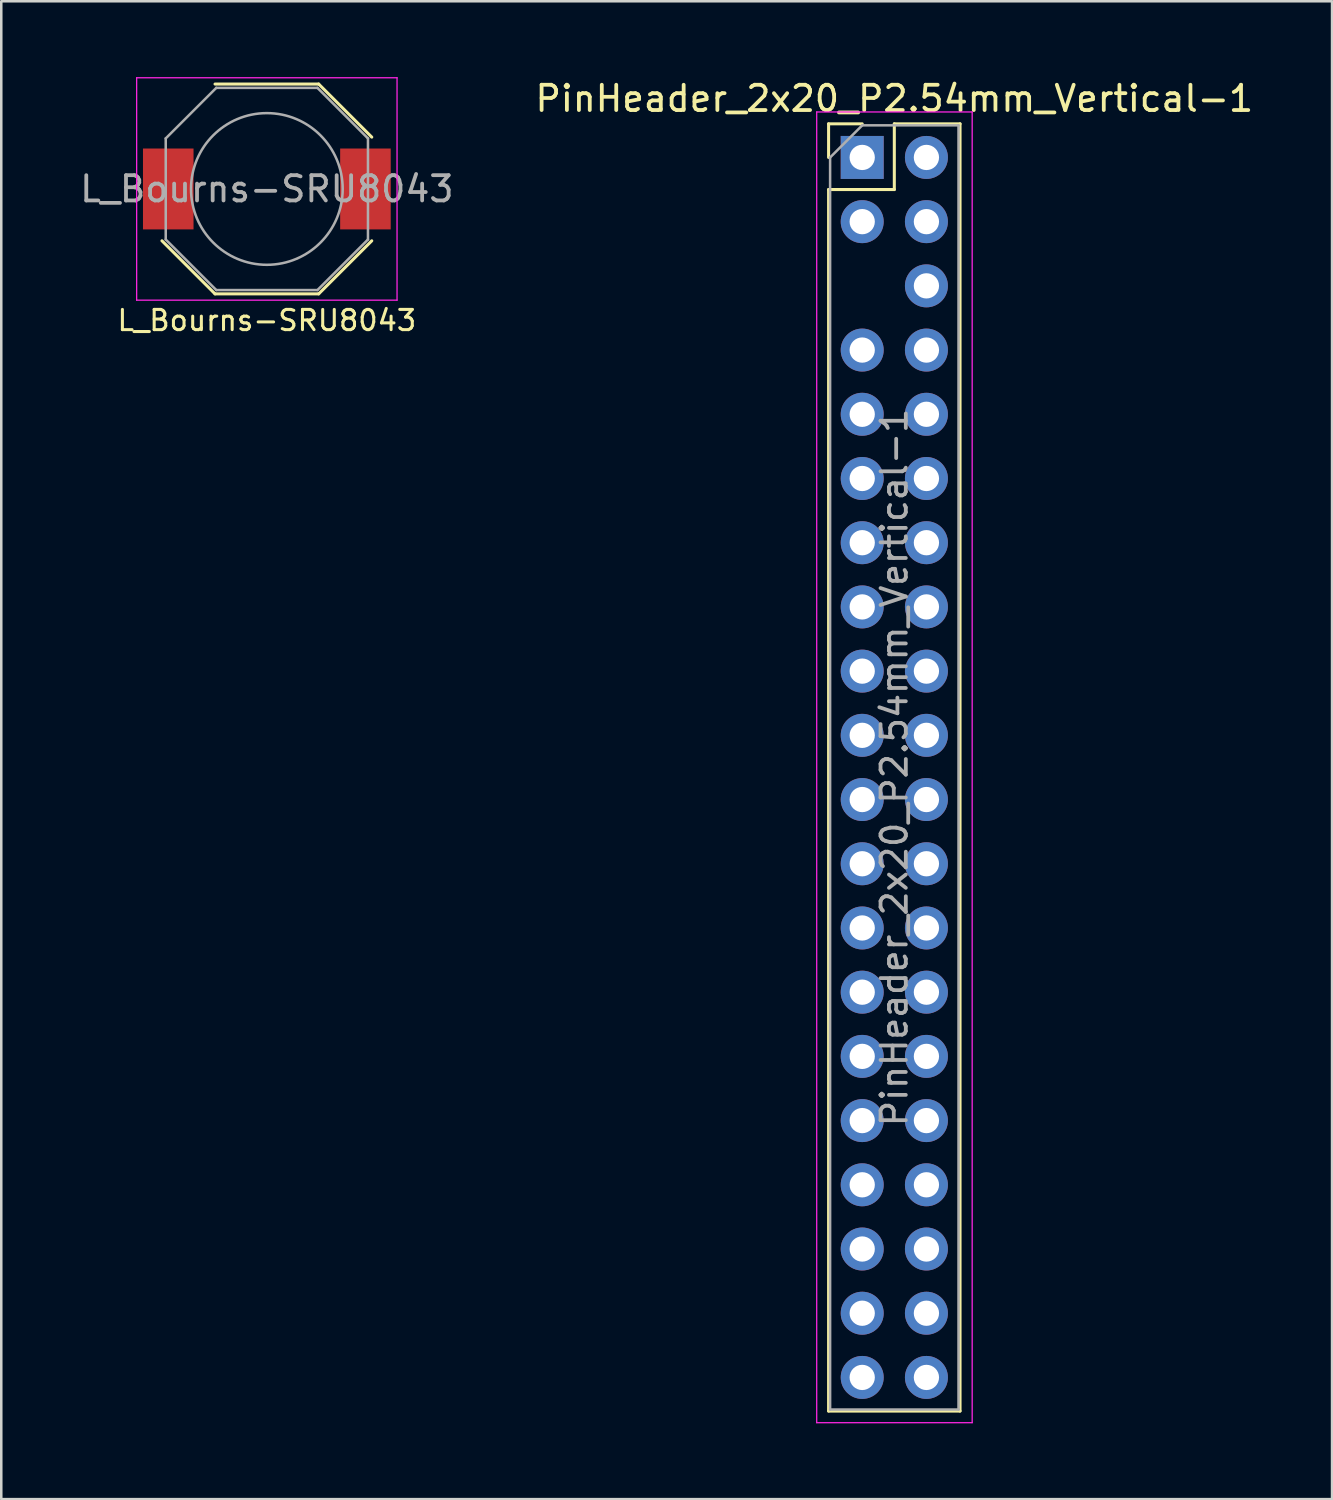
<source format=kicad_pcb>
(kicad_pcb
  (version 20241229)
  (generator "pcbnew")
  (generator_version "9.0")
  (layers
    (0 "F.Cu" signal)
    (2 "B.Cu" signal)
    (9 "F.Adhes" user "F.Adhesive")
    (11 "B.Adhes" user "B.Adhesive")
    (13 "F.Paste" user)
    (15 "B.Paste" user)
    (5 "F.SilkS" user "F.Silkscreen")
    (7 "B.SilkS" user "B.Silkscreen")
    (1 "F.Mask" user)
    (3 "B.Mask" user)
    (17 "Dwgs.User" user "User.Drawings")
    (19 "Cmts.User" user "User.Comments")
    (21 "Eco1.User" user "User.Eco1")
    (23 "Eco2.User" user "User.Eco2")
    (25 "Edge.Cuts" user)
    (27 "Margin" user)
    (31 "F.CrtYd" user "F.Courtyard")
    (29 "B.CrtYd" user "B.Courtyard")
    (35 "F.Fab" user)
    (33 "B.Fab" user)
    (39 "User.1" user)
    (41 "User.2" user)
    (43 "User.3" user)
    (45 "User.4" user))
  (footprint "L_Bourns-SRU8043"
    (layer "F.Cu")
    (at 7.506 4.425)
    (property "Reference" "L_Bourns-SRU8043" (at 0 5.2 180) (layer "F.SilkS") (effects (font (size 0.8 0.8) (thickness 0.12))))
    (attr smd)
    (fp_line (start -2.05 -4.15) (end 2.05 -4.15) (stroke (width 0.12) (type solid)) (layer "F.SilkS"))
    (fp_line (start -2.05 4.15) (end -4.15 2.05) (stroke (width 0.12) (type solid)) (layer "F.SilkS"))
    (fp_line (start 2.05 -4.15) (end 4.15 -2.05) (stroke (width 0.12) (type solid)) (layer "F.SilkS"))
    (fp_line (start 2.05 4.15) (end -2.05 4.15) (stroke (width 0.12) (type solid)) (layer "F.SilkS"))
    (fp_line (start 2.05 4.15) (end 4.15 2.05) (stroke (width 0.12) (type solid)) (layer "F.SilkS"))
    (fp_line (start -5.15 -4.4) (end 5.15 -4.4) (stroke (width 0.05) (type solid)) (layer "F.CrtYd"))
    (fp_line (start -5.15 4.4) (end -5.15 -4.4) (stroke (width 0.05) (type solid)) (layer "F.CrtYd"))
    (fp_line (start 5.15 -4.4) (end 5.15 4.4) (stroke (width 0.05) (type solid)) (layer "F.CrtYd"))
    (fp_line (start 5.15 4.4) (end -5.15 4.4) (stroke (width 0.05) (type solid)) (layer "F.CrtYd"))
    (fp_line (start -4 -2) (end -2 -4) (stroke (width 0.1) (type solid)) (layer "F.Fab"))
    (fp_line (start -4 2) (end -4 -2) (stroke (width 0.1) (type solid)) (layer "F.Fab"))
    (fp_line (start -2 -4) (end 2 -4) (stroke (width 0.1) (type solid)) (layer "F.Fab"))
    (fp_line (start -2 4) (end -4 2) (stroke (width 0.1) (type solid)) (layer "F.Fab"))
    (fp_line (start 2 -4) (end 4 -2) (stroke (width 0.1) (type solid)) (layer "F.Fab"))
    (fp_line (start 2 4) (end -2 4) (stroke (width 0.1) (type solid)) (layer "F.Fab"))
    (fp_line (start 4 -2) (end 4 2) (stroke (width 0.1) (type solid)) (layer "F.Fab"))
    (fp_line (start 4 2) (end 2 4) (stroke (width 0.1) (type solid)) (layer "F.Fab"))
    (fp_circle (center 0 0) (end 0 -3) (stroke (width 0.1) (type solid)) (fill no) (layer "F.Fab"))
    (fp_text user "${REFERENCE}" (at 0 0 180) (layer "F.Fab") (effects (font (size 1 1) (thickness 0.15))))
    (pad "1" smd rect (at -3.9 0) (size 2 3.2) (layers "F.Cu" "F.Mask" "F.Paste"))
    (pad "2" smd rect (at 3.9 0) (size 2 3.2) (layers "F.Cu" "F.Mask" "F.Paste")))
  (footprint "PinHeader_2x20_P2.54mm_Vertical-1"
    (layer "F.Cu")
    (at 31.057 3.178)
    (property "Reference" "PinHeader_2x20_P2.54mm_Vertical-1" (at 1.27 -2.33 0) (layer "F.SilkS") (effects (font (size 1 1) (thickness 0.15))))
    (attr through_hole)
    (fp_line (start -1.33 -1.33) (end 0 -1.33) (stroke (width 0.12) (type solid)) (layer "F.SilkS"))
    (fp_line (start -1.33 0) (end -1.33 -1.33) (stroke (width 0.12) (type solid)) (layer "F.SilkS"))
    (fp_line (start -1.33 1.27) (end -1.33 49.59) (stroke (width 0.12) (type solid)) (layer "F.SilkS"))
    (fp_line (start -1.33 1.27) (end 1.27 1.27) (stroke (width 0.12) (type solid)) (layer "F.SilkS"))
    (fp_line (start -1.33 49.59) (end 3.87 49.59) (stroke (width 0.12) (type solid)) (layer "F.SilkS"))
    (fp_line (start 1.27 -1.33) (end 3.87 -1.33) (stroke (width 0.12) (type solid)) (layer "F.SilkS"))
    (fp_line (start 1.27 1.27) (end 1.27 -1.33) (stroke (width 0.12) (type solid)) (layer "F.SilkS"))
    (fp_line (start 3.87 -1.33) (end 3.87 49.59) (stroke (width 0.12) (type solid)) (layer "F.SilkS"))
    (fp_line (start -1.8 -1.8) (end -1.8 50.05) (stroke (width 0.05) (type solid)) (layer "F.CrtYd"))
    (fp_line (start -1.8 50.05) (end 4.35 50.05) (stroke (width 0.05) (type solid)) (layer "F.CrtYd"))
    (fp_line (start 4.35 -1.8) (end -1.8 -1.8) (stroke (width 0.05) (type solid)) (layer "F.CrtYd"))
    (fp_line (start 4.35 50.05) (end 4.35 -1.8) (stroke (width 0.05) (type solid)) (layer "F.CrtYd"))
    (fp_line (start -1.27 0) (end 0 -1.27) (stroke (width 0.1) (type solid)) (layer "F.Fab"))
    (fp_line (start -1.27 49.53) (end -1.27 0) (stroke (width 0.1) (type solid)) (layer "F.Fab"))
    (fp_line (start 0 -1.27) (end 3.81 -1.27) (stroke (width 0.1) (type solid)) (layer "F.Fab"))
    (fp_line (start 3.81 -1.27) (end 3.81 49.53) (stroke (width 0.1) (type solid)) (layer "F.Fab"))
    (fp_line (start 3.81 49.53) (end -1.27 49.53) (stroke (width 0.1) (type solid)) (layer "F.Fab"))
    (fp_text user "${REFERENCE}" (at 1.27 24.13 90) (layer "F.Fab") (effects (font (size 1 1) (thickness 0.15))))
    (pad "1" thru_hole rect (at 0 0) (size 1.7 1.7) (drill 1) (layers "*.Cu" "*.Mask"))
    (pad "2" thru_hole oval (at 2.54 0) (size 1.7 1.7) (drill 1) (layers "*.Cu" "*.Mask"))
    (pad "3" thru_hole oval (at 0 2.54) (size 1.7 1.7) (drill 1) (layers "*.Cu" "*.Mask"))
    (pad "4" thru_hole oval (at 2.54 2.54) (size 1.7 1.7) (drill 1) (layers "*.Cu" "*.Mask"))
    (pad "6" thru_hole oval (at 2.54 5.08) (size 1.7 1.7) (drill 1) (layers "*.Cu" "*.Mask"))
    (pad "7" thru_hole oval (at 0 7.62) (size 1.7 1.7) (drill 1) (layers "*.Cu" "*.Mask"))
    (pad "8" thru_hole oval (at 2.54 7.62) (size 1.7 1.7) (drill 1) (layers "*.Cu" "*.Mask"))
    (pad "9" thru_hole oval (at 0 10.16) (size 1.7 1.7) (drill 1) (layers "*.Cu" "*.Mask"))
    (pad "10" thru_hole oval (at 2.54 10.16) (size 1.7 1.7) (drill 1) (layers "*.Cu" "*.Mask"))
    (pad "11" thru_hole oval (at 0 12.7) (size 1.7 1.7) (drill 1) (layers "*.Cu" "*.Mask"))
    (pad "12" thru_hole oval (at 2.54 12.7) (size 1.7 1.7) (drill 1) (layers "*.Cu" "*.Mask"))
    (pad "13" thru_hole oval (at 0 15.24) (size 1.7 1.7) (drill 1) (layers "*.Cu" "*.Mask"))
    (pad "14" thru_hole oval (at 2.54 15.24) (size 1.7 1.7) (drill 1) (layers "*.Cu" "*.Mask"))
    (pad "15" thru_hole oval (at 0 17.78) (size 1.7 1.7) (drill 1) (layers "*.Cu" "*.Mask"))
    (pad "16" thru_hole oval (at 2.54 17.78) (size 1.7 1.7) (drill 1) (layers "*.Cu" "*.Mask"))
    (pad "17" thru_hole oval (at 0 20.32) (size 1.7 1.7) (drill 1) (layers "*.Cu" "*.Mask"))
    (pad "18" thru_hole oval (at 2.54 20.32) (size 1.7 1.7) (drill 1) (layers "*.Cu" "*.Mask"))
    (pad "19" thru_hole oval (at 0 22.86) (size 1.7 1.7) (drill 1) (layers "*.Cu" "*.Mask"))
    (pad "20" thru_hole oval (at 2.54 22.86) (size 1.7 1.7) (drill 1) (layers "*.Cu" "*.Mask"))
    (pad "21" thru_hole oval (at 0 25.4) (size 1.7 1.7) (drill 1) (layers "*.Cu" "*.Mask"))
    (pad "22" thru_hole oval (at 2.54 25.4) (size 1.7 1.7) (drill 1) (layers "*.Cu" "*.Mask"))
    (pad "23" thru_hole oval (at 0 27.94) (size 1.7 1.7) (drill 1) (layers "*.Cu" "*.Mask"))
    (pad "24" thru_hole oval (at 2.54 27.94) (size 1.7 1.7) (drill 1) (layers "*.Cu" "*.Mask"))
    (pad "25" thru_hole oval (at 0 30.48) (size 1.7 1.7) (drill 1) (layers "*.Cu" "*.Mask"))
    (pad "26" thru_hole oval (at 2.54 30.48) (size 1.7 1.7) (drill 1) (layers "*.Cu" "*.Mask"))
    (pad "27" thru_hole oval (at 0 33.02) (size 1.7 1.7) (drill 1) (layers "*.Cu" "*.Mask"))
    (pad "28" thru_hole oval (at 2.54 33.02) (size 1.7 1.7) (drill 1) (layers "*.Cu" "*.Mask"))
    (pad "29" thru_hole oval (at 0 35.56) (size 1.7 1.7) (drill 1) (layers "*.Cu" "*.Mask"))
    (pad "30" thru_hole oval (at 2.54 35.56) (size 1.7 1.7) (drill 1) (layers "*.Cu" "*.Mask"))
    (pad "31" thru_hole oval (at 0 38.1) (size 1.7 1.7) (drill 1) (layers "*.Cu" "*.Mask"))
    (pad "32" thru_hole oval (at 2.54 38.1) (size 1.7 1.7) (drill 1) (layers "*.Cu" "*.Mask"))
    (pad "33" thru_hole oval (at 0 40.64) (size 1.7 1.7) (drill 1) (layers "*.Cu" "*.Mask"))
    (pad "34" thru_hole oval (at 2.54 40.64) (size 1.7 1.7) (drill 1) (layers "*.Cu" "*.Mask"))
    (pad "35" thru_hole oval (at 0 43.18) (size 1.7 1.7) (drill 1) (layers "*.Cu" "*.Mask"))
    (pad "36" thru_hole oval (at 2.54 43.18) (size 1.7 1.7) (drill 1) (layers "*.Cu" "*.Mask"))
    (pad "37" thru_hole oval (at 0 45.72) (size 1.7 1.7) (drill 1) (layers "*.Cu" "*.Mask"))
    (pad "38" thru_hole oval (at 2.54 45.72) (size 1.7 1.7) (drill 1) (layers "*.Cu" "*.Mask"))
    (pad "39" thru_hole oval (at 0 48.26) (size 1.7 1.7) (drill 1) (layers "*.Cu" "*.Mask"))
    (pad "40" thru_hole oval (at 2.54 48.26) (size 1.7 1.7) (drill 1) (layers "*.Cu" "*.Mask")))
  (gr_rect
    (start -3 -3)
    (end 49.643 56.253)
    (stroke (width 0.1) (type default))
    (fill no)
    (layer "Edge.Cuts")))
</source>
